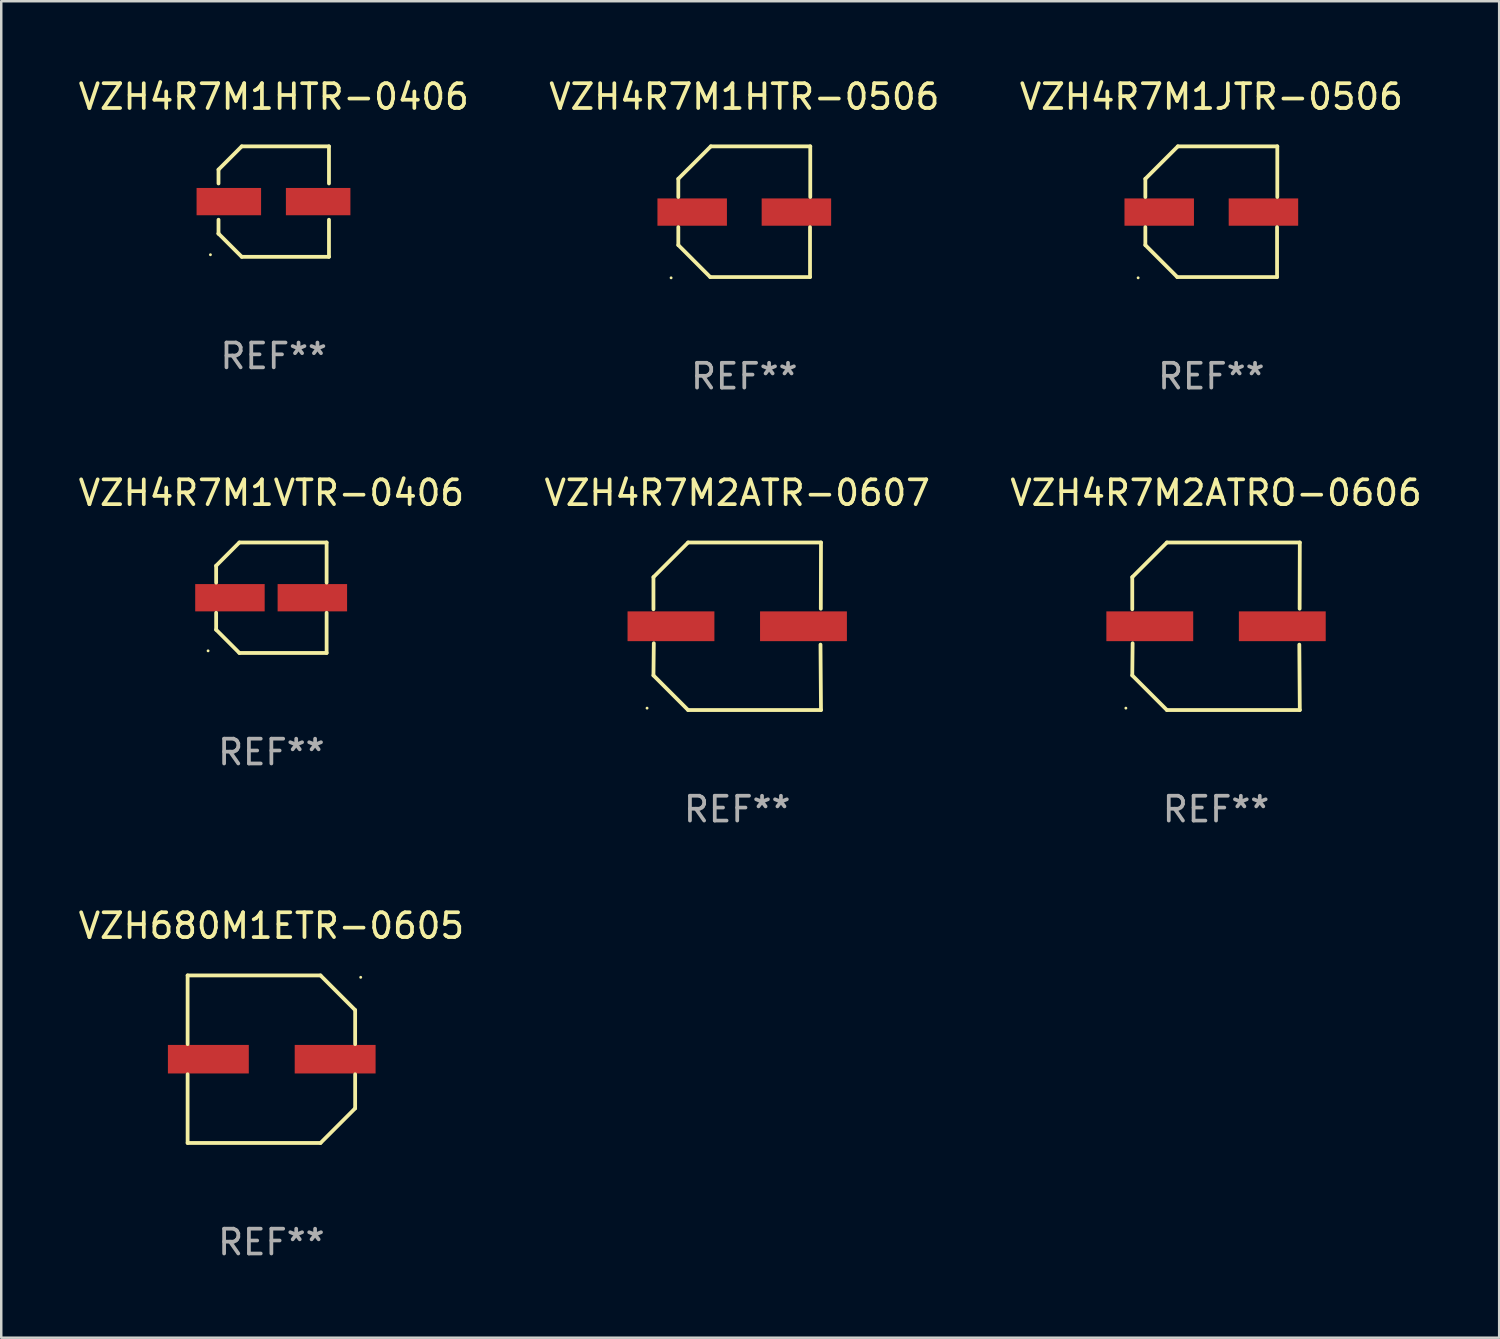
<source format=kicad_pcb>
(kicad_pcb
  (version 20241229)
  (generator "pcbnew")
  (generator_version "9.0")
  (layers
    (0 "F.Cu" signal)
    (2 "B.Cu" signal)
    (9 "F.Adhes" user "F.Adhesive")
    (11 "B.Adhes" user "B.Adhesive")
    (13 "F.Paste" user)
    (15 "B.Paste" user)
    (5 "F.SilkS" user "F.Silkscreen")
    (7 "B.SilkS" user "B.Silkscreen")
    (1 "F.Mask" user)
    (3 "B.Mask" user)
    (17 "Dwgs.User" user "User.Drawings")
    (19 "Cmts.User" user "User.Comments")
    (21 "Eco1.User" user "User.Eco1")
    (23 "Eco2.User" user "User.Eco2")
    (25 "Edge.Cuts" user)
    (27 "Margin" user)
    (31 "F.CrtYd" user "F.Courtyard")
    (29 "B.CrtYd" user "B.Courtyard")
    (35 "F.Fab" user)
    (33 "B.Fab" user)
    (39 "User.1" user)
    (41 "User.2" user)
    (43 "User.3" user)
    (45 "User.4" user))
  (footprint "VZH680M1ETR-0605"
    (layer "F.Cu")
    (at 7.887 39.637)
    (property "Reference" "VZH680M1ETR-0605" (at 0 -5.376 0) (layer "F.SilkS") (effects (font (size 1 1) (thickness 0.15))))
    (attr through_hole)
    (fp_line (start -3.376 -3.376) (end 1.98 -3.376) (stroke (width 0.152) (type solid)) (layer "F.SilkS"))
    (fp_line (start -3.376 -0.607) (end -3.376 -3.376) (stroke (width 0.152) (type solid)) (layer "F.SilkS"))
    (fp_line (start -3.376 0.607) (end -3.376 3.376) (stroke (width 0.152) (type solid)) (layer "F.SilkS"))
    (fp_line (start -3.376 3.376) (end 1.98 3.376) (stroke (width 0.152) (type solid)) (layer "F.SilkS"))
    (fp_line (start 1.98 -3.376) (end 3.376 -1.98) (stroke (width 0.152) (type solid)) (layer "F.SilkS"))
    (fp_line (start 1.98 3.376) (end 3.376 1.98) (stroke (width 0.152) (type solid)) (layer "F.SilkS"))
    (fp_line (start 3.376 -1.98) (end 3.376 -0.607) (stroke (width 0.152) (type solid)) (layer "F.SilkS"))
    (fp_line (start 3.376 1.98) (end 3.376 0.607) (stroke (width 0.152) (type solid)) (layer "F.SilkS"))
    (fp_circle (center 3.6 -3.3) (end 3.63 -3.3) (stroke (width 0.06) (type solid)) (fill no) (layer "F.SilkS"))
    (fp_text user "REF**" (at 0 7.376 0) (layer "F.Fab") (effects (font (size 1 1) (thickness 0.15))))
    (pad "1" smd rect (at 2.57 0 180) (size 3.26 1.15) (layers "F.Cu" "F.Mask" "F.Paste"))
    (pad "2" smd rect (at -2.54 0 180) (size 3.26 1.15) (layers "F.Cu" "F.Mask" "F.Paste")))
  (footprint "VZH4R7M2ATR-0607"
    (layer "F.Cu")
    (at 26.661 22.189)
    (property "Reference" "VZH4R7M2ATR-0607" (at 0 -5.376 0) (layer "F.SilkS") (effects (font (size 1 1) (thickness 0.15))))
    (attr through_hole)
    (fp_line (start -3.376 -1.98) (end -3.376 -0.686) (stroke (width 0.152) (type solid)) (layer "F.SilkS"))
    (fp_line (start -3.376 1.981) (end -3.362 0.686) (stroke (width 0.152) (type solid)) (layer "F.SilkS"))
    (fp_line (start -1.981 3.376) (end -3.376 1.981) (stroke (width 0.152) (type solid)) (layer "F.SilkS"))
    (fp_line (start -1.98 -3.376) (end -3.376 -1.98) (stroke (width 0.152) (type solid)) (layer "F.SilkS"))
    (fp_line (start 3.356 0.74) (end 3.376 3.376) (stroke (width 0.152) (type solid)) (layer "F.SilkS"))
    (fp_line (start 3.369 -0.707) (end 3.376 -3.376) (stroke (width 0.152) (type solid)) (layer "F.SilkS"))
    (fp_line (start 3.376 3.376) (end -1.981 3.376) (stroke (width 0.152) (type solid)) (layer "F.SilkS"))
    (fp_line (start 3.376 -3.376) (end -1.98 -3.376) (stroke (width 0.152) (type solid)) (layer "F.SilkS"))
    (fp_circle (center -3.634 3.3) (end -3.604 3.3) (stroke (width 0.06) (type solid)) (fill no) (layer "F.SilkS"))
    (fp_text user "REF**" (at 0 7.376 0) (layer "F.Fab") (effects (font (size 1 1) (thickness 0.15))))
    (pad "1" smd rect (at -2.67 0.000254) (size 3.5 1.2) (layers "F.Cu" "F.Mask" "F.Paste"))
    (pad "2" smd rect (at 2.67 0.000254) (size 3.5 1.2) (layers "F.Cu" "F.Mask" "F.Paste")))
  (footprint "VZH4R7M1JTR-0506"
    (layer "F.Cu")
    (at 45.768 5.482)
    (property "Reference" "VZH4R7M1JTR-0506" (at 0 -4.634 0) (layer "F.SilkS") (effects (font (size 1 1) (thickness 0.15))))
    (attr through_hole)
    (fp_line (start -2.659 -1.326) (end -2.659 -0.592) (stroke (width 0.152) (type solid)) (layer "F.SilkS"))
    (fp_line (start -2.659 1.346) (end -2.659 0.622) (stroke (width 0.152) (type solid)) (layer "F.SilkS"))
    (fp_line (start -1.372 2.634) (end -2.659 1.346) (stroke (width 0.152) (type solid)) (layer "F.SilkS"))
    (fp_line (start -1.349 -2.634) (end -2.659 -1.326) (stroke (width 0.152) (type solid)) (layer "F.SilkS"))
    (fp_line (start 2.649 0.622) (end 2.649 2.634) (stroke (width 0.152) (type solid)) (layer "F.SilkS"))
    (fp_line (start 2.649 2.634) (end -1.372 2.634) (stroke (width 0.152) (type solid)) (layer "F.SilkS"))
    (fp_line (start 2.659 -2.634) (end -1.349 -2.634) (stroke (width 0.152) (type solid)) (layer "F.SilkS"))
    (fp_line (start 2.659 -0.592) (end 2.659 -2.634) (stroke (width 0.152) (type solid)) (layer "F.SilkS"))
    (fp_circle (center -2.95 2.665) (end -2.92 2.665) (stroke (width 0.06) (type solid)) (fill no) (layer "F.SilkS"))
    (fp_text user "REF**" (at 0 6.634 0) (layer "F.Fab") (effects (font (size 1 1) (thickness 0.15))))
    (pad "1" smd rect (at -2.1 0.015) (size 2.8 1.1) (layers "F.Cu" "F.Mask" "F.Paste"))
    (pad "2" smd rect (at 2.1 0.015) (size 2.8 1.1) (layers "F.Cu" "F.Mask" "F.Paste")))
  (footprint "VZH4R7M1HTR-0406"
    (layer "F.Cu")
    (at 7.982 5.074)
    (property "Reference" "VZH4R7M1HTR-0406" (at 0 -4.226 0) (layer "F.SilkS") (effects (font (size 1 1) (thickness 0.15))))
    (attr through_hole)
    (fp_line (start -2.226 -1.289) (end -2.226 -0.73) (stroke (width 0.152) (type solid)) (layer "F.SilkS"))
    (fp_line (start -2.226 0.731) (end -2.226 1.291) (stroke (width 0.152) (type solid)) (layer "F.SilkS"))
    (fp_line (start -2.226 1.291) (end -2.226 1.291) (stroke (width 0.152) (type solid)) (layer "F.SilkS"))
    (fp_line (start -1.29 -2.226) (end -2.226 -1.289) (stroke (width 0.152) (type solid)) (layer "F.SilkS"))
    (fp_line (start -1.289 2.226) (end -2.226 1.291) (stroke (width 0.152) (type solid)) (layer "F.SilkS"))
    (fp_line (start 2.226 -2.226) (end -1.29 -2.226) (stroke (width 0.152) (type solid)) (layer "F.SilkS"))
    (fp_line (start 2.226 -0.73) (end 2.226 -2.226) (stroke (width 0.152) (type solid)) (layer "F.SilkS"))
    (fp_line (start 2.226 2.226) (end -1.289 2.226) (stroke (width 0.152) (type solid)) (layer "F.SilkS"))
    (fp_line (start 2.226 2.226) (end 2.226 0.731) (stroke (width 0.152) (type solid)) (layer "F.SilkS"))
    (fp_circle (center -2.551 2.142) (end -2.521 2.142) (stroke (width 0.06) (type solid)) (fill no) (layer "F.SilkS"))
    (fp_text user "REF**" (at 0 6.226 0) (layer "F.Fab") (effects (font (size 1 1) (thickness 0.15))))
    (pad "1" smd rect (at -1.81 0.001) (size 2.6 1.1) (layers "F.Cu" "F.Mask" "F.Paste"))
    (pad "2" smd rect (at 1.79 0.001) (size 2.6 1.1) (layers "F.Cu" "F.Mask" "F.Paste")))
  (footprint "VZH4R7M1VTR-0406"
    (layer "F.Cu")
    (at 7.887 21.039)
    (property "Reference" "VZH4R7M1VTR-0406" (at 0 -4.226 0) (layer "F.SilkS") (effects (font (size 1 1) (thickness 0.15))))
    (attr through_hole)
    (fp_line (start -2.226 -1.29) (end -2.226 -0.607) (stroke (width 0.152) (type solid)) (layer "F.SilkS"))
    (fp_line (start -2.226 1.29) (end -2.226 0.607) (stroke (width 0.152) (type solid)) (layer "F.SilkS"))
    (fp_line (start -1.29 -2.226) (end -2.226 -1.29) (stroke (width 0.152) (type solid)) (layer "F.SilkS"))
    (fp_line (start -1.29 2.226) (end -2.226 1.29) (stroke (width 0.152) (type solid)) (layer "F.SilkS"))
    (fp_line (start 2.226 -2.226) (end -1.29 -2.226) (stroke (width 0.152) (type solid)) (layer "F.SilkS"))
    (fp_line (start 2.226 -0.607) (end 2.226 -2.226) (stroke (width 0.152) (type solid)) (layer "F.SilkS"))
    (fp_line (start 2.226 0.607) (end 2.226 2.226) (stroke (width 0.152) (type solid)) (layer "F.SilkS"))
    (fp_line (start 2.226 2.226) (end -1.29 2.226) (stroke (width 0.152) (type solid)) (layer "F.SilkS"))
    (fp_circle (center -2.551 2.141) (end -2.521 2.141) (stroke (width 0.06) (type solid)) (fill no) (layer "F.SilkS"))
    (fp_text user "REF**" (at 0 6.226 0) (layer "F.Fab") (effects (font (size 1 1) (thickness 0.15))))
    (pad "1" smd rect (at -1.67 -0.000025) (size 2.8 1.1) (layers "F.Cu" "F.Mask" "F.Paste"))
    (pad "2" smd rect (at 1.651 -0.000025) (size 2.8 1.1) (layers "F.Cu" "F.Mask" "F.Paste")))
  (footprint "VZH4R7M1HTR-0506"
    (layer "F.Cu")
    (at 26.946 5.482)
    (property "Reference" "VZH4R7M1HTR-0506" (at 0 -4.634 0) (layer "F.SilkS") (effects (font (size 1 1) (thickness 0.15))))
    (attr through_hole)
    (fp_line (start -2.659 -1.326) (end -2.659 -0.592) (stroke (width 0.152) (type solid)) (layer "F.SilkS"))
    (fp_line (start -2.659 1.346) (end -2.659 0.622) (stroke (width 0.152) (type solid)) (layer "F.SilkS"))
    (fp_line (start -1.372 2.634) (end -2.659 1.346) (stroke (width 0.152) (type solid)) (layer "F.SilkS"))
    (fp_line (start -1.349 -2.634) (end -2.659 -1.326) (stroke (width 0.152) (type solid)) (layer "F.SilkS"))
    (fp_line (start 2.649 0.622) (end 2.649 2.634) (stroke (width 0.152) (type solid)) (layer "F.SilkS"))
    (fp_line (start 2.649 2.634) (end -1.372 2.634) (stroke (width 0.152) (type solid)) (layer "F.SilkS"))
    (fp_line (start 2.659 -2.634) (end -1.349 -2.634) (stroke (width 0.152) (type solid)) (layer "F.SilkS"))
    (fp_line (start 2.659 -0.592) (end 2.659 -2.634) (stroke (width 0.152) (type solid)) (layer "F.SilkS"))
    (fp_circle (center -2.95 2.665) (end -2.92 2.665) (stroke (width 0.06) (type solid)) (fill no) (layer "F.SilkS"))
    (fp_text user "REF**" (at 0 6.634 0) (layer "F.Fab") (effects (font (size 1 1) (thickness 0.15))))
    (pad "1" smd rect (at -2.1 0.015) (size 2.8 1.1) (layers "F.Cu" "F.Mask" "F.Paste"))
    (pad "2" smd rect (at 2.1 0.015) (size 2.8 1.1) (layers "F.Cu" "F.Mask" "F.Paste")))
  (footprint "VZH4R7M2ATRO-0606"
    (layer "F.Cu")
    (at 45.958 22.189)
    (property "Reference" "VZH4R7M2ATRO-0606" (at 0 -5.376 0) (layer "F.SilkS") (effects (font (size 1 1) (thickness 0.15))))
    (attr through_hole)
    (fp_line (start -3.376 -1.98) (end -3.376 -0.686) (stroke (width 0.152) (type solid)) (layer "F.SilkS"))
    (fp_line (start -3.376 1.981) (end -3.362 0.686) (stroke (width 0.152) (type solid)) (layer "F.SilkS"))
    (fp_line (start -1.981 3.376) (end -3.376 1.981) (stroke (width 0.152) (type solid)) (layer "F.SilkS"))
    (fp_line (start -1.98 -3.376) (end -3.376 -1.98) (stroke (width 0.152) (type solid)) (layer "F.SilkS"))
    (fp_line (start 3.356 0.74) (end 3.376 3.376) (stroke (width 0.152) (type solid)) (layer "F.SilkS"))
    (fp_line (start 3.369 -0.707) (end 3.376 -3.376) (stroke (width 0.152) (type solid)) (layer "F.SilkS"))
    (fp_line (start 3.376 3.376) (end -1.981 3.376) (stroke (width 0.152) (type solid)) (layer "F.SilkS"))
    (fp_line (start 3.376 -3.376) (end -1.98 -3.376) (stroke (width 0.152) (type solid)) (layer "F.SilkS"))
    (fp_circle (center -3.634 3.3) (end -3.604 3.3) (stroke (width 0.06) (type solid)) (fill no) (layer "F.SilkS"))
    (fp_text user "REF**" (at 0 7.376 0) (layer "F.Fab") (effects (font (size 1 1) (thickness 0.15))))
    (pad "1" smd rect (at -2.67 0.000254) (size 3.5 1.2) (layers "F.Cu" "F.Mask" "F.Paste"))
    (pad "2" smd rect (at 2.67 0.000254) (size 3.5 1.2) (layers "F.Cu" "F.Mask" "F.Paste")))
  (gr_rect
    (start -3 -3)
    (end 57.369 50.862)
    (stroke (width 0.1) (type default))
    (fill no)
    (layer "Edge.Cuts")))
</source>
